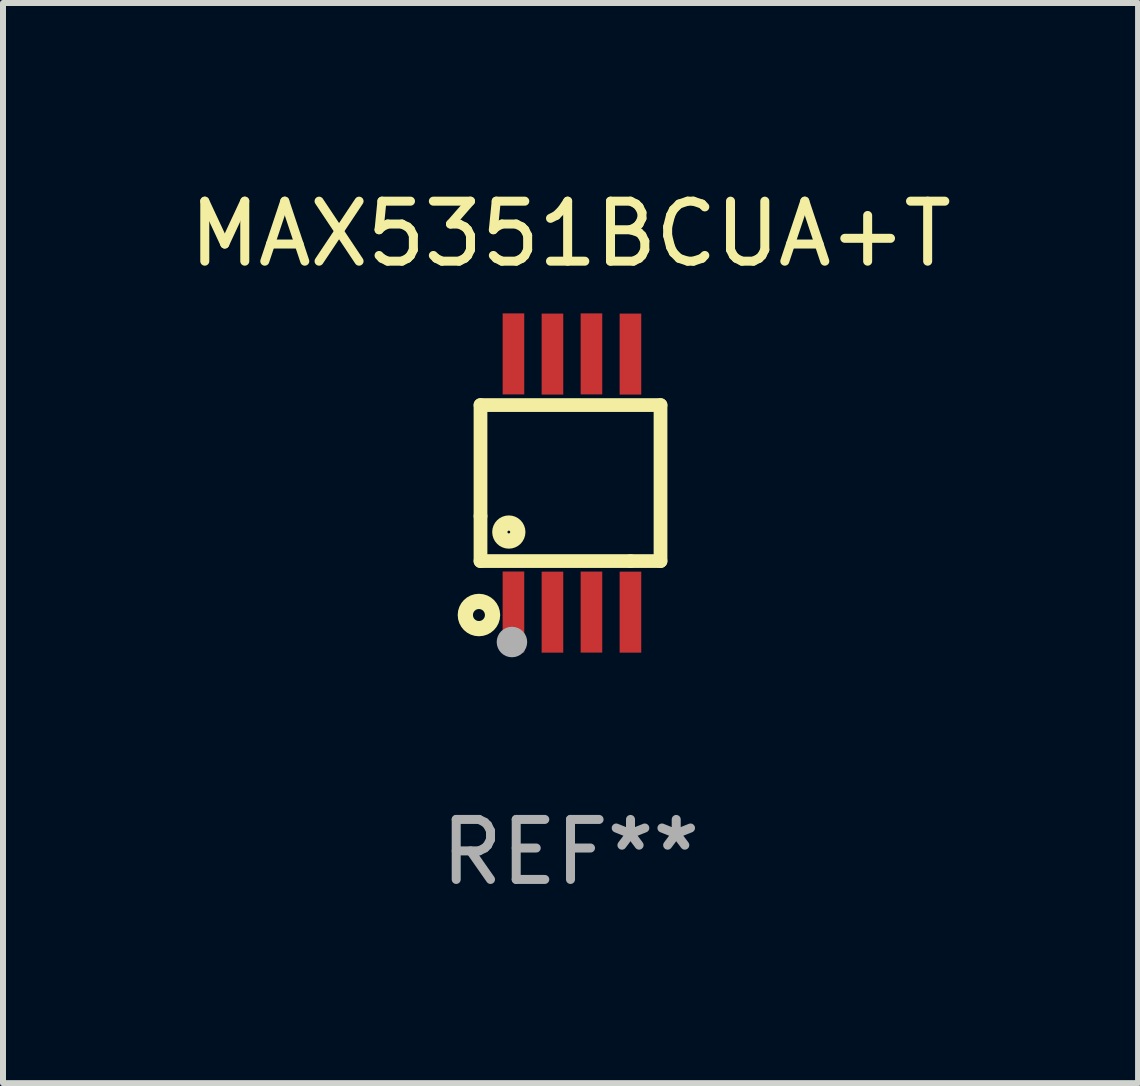
<source format=kicad_pcb>
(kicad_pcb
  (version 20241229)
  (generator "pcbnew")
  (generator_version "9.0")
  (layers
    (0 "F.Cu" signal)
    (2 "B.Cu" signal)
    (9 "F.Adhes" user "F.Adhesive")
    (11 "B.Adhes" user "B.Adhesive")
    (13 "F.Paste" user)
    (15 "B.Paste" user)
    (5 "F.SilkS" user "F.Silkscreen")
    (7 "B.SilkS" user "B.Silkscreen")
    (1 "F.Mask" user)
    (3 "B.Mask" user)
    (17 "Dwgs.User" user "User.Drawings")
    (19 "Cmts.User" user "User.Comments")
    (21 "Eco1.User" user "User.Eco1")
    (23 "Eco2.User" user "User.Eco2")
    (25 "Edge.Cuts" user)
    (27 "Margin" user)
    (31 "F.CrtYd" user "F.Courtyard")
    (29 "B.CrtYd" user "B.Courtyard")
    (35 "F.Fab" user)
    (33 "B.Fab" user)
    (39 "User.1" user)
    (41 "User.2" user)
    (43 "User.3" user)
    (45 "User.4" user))
  (footprint "MAX5351BCUA+T"
    (layer "F.Cu")
    (at 6.458 5)
    (property "Reference" "MAX5351BCUA+T" (at 0 -4.152 0) (layer "F.SilkS") (effects (font (size 1 1) (thickness 0.15))))
    (attr through_hole)
    (fp_line (start -1.5 1.301) (end 1 1.301) (stroke (width 0.229) (type solid)) (layer "F.SilkS"))
    (fp_line (start -1.5 -1.299) (end -1.5 0.551) (stroke (width 0.229) (type solid)) (layer "F.SilkS"))
    (fp_line (start -1.5 0.551) (end -1.5 1.301) (stroke (width 0.229) (type solid)) (layer "F.SilkS"))
    (fp_line (start 1 1.301) (end 1.5 1.301) (stroke (width 0.229) (type solid)) (layer "F.SilkS"))
    (fp_line (start 1.5 1.301) (end 1.5 -1.299) (stroke (width 0.229) (type solid)) (layer "F.SilkS"))
    (fp_line (start 1.5 -1.299) (end -1.5 -1.299) (stroke (width 0.229) (type solid)) (layer "F.SilkS"))
    (fp_circle (center -1.526 2.2) (end -1.426 2.2) (stroke (width 0.254) (type solid)) (fill no) (layer "F.SilkS"))
    (fp_circle (center -1.476 2.45) (end -1.446 2.45) (stroke (width 0.06) (type solid)) (fill no) (layer "F.SilkS"))
    (fp_circle (center -1.028 0.817) (end -0.878 0.817) (stroke (width 0.254) (type solid)) (fill no) (layer "F.SilkS"))
    (fp_circle (center -0.976 2.65) (end -0.849 2.65) (stroke (width 0.254) (type solid)) (fill no) (layer "F.Fab"))
    (fp_text user "REF**" (at 0 6.152 0) (layer "F.Fab") (effects (font (size 1 1) (thickness 0.15))))
    (pad "1" smd rect (at -0.951 2.15) (size 0.36 1.35) (layers "F.Cu" "F.Mask" "F.Paste"))
    (pad "2" smd rect (at -0.301 2.152) (size 0.36 1.35) (layers "F.Cu" "F.Mask" "F.Paste"))
    (pad "3" smd rect (at 0.349 2.151) (size 0.36 1.35) (layers "F.Cu" "F.Mask" "F.Paste"))
    (pad "4" smd rect (at 0.999 2.152) (size 0.36 1.35) (layers "F.Cu" "F.Mask" "F.Paste"))
    (pad "5" smd rect (at 0.999 -2.149) (size 0.36 1.35) (layers "F.Cu" "F.Mask" "F.Paste"))
    (pad "6" smd rect (at 0.349 -2.152) (size 0.36 1.35) (layers "F.Cu" "F.Mask" "F.Paste"))
    (pad "7" smd rect (at -0.301 -2.149) (size 0.36 1.35) (layers "F.Cu" "F.Mask" "F.Paste"))
    (pad "8" smd rect (at -0.951 -2.152) (size 0.36 1.35) (layers "F.Cu" "F.Mask" "F.Paste")))
  (gr_rect
    (start -3 -3)
    (end 15.917 15.001)
    (stroke (width 0.1) (type default))
    (fill no)
    (layer "Edge.Cuts")))
</source>
